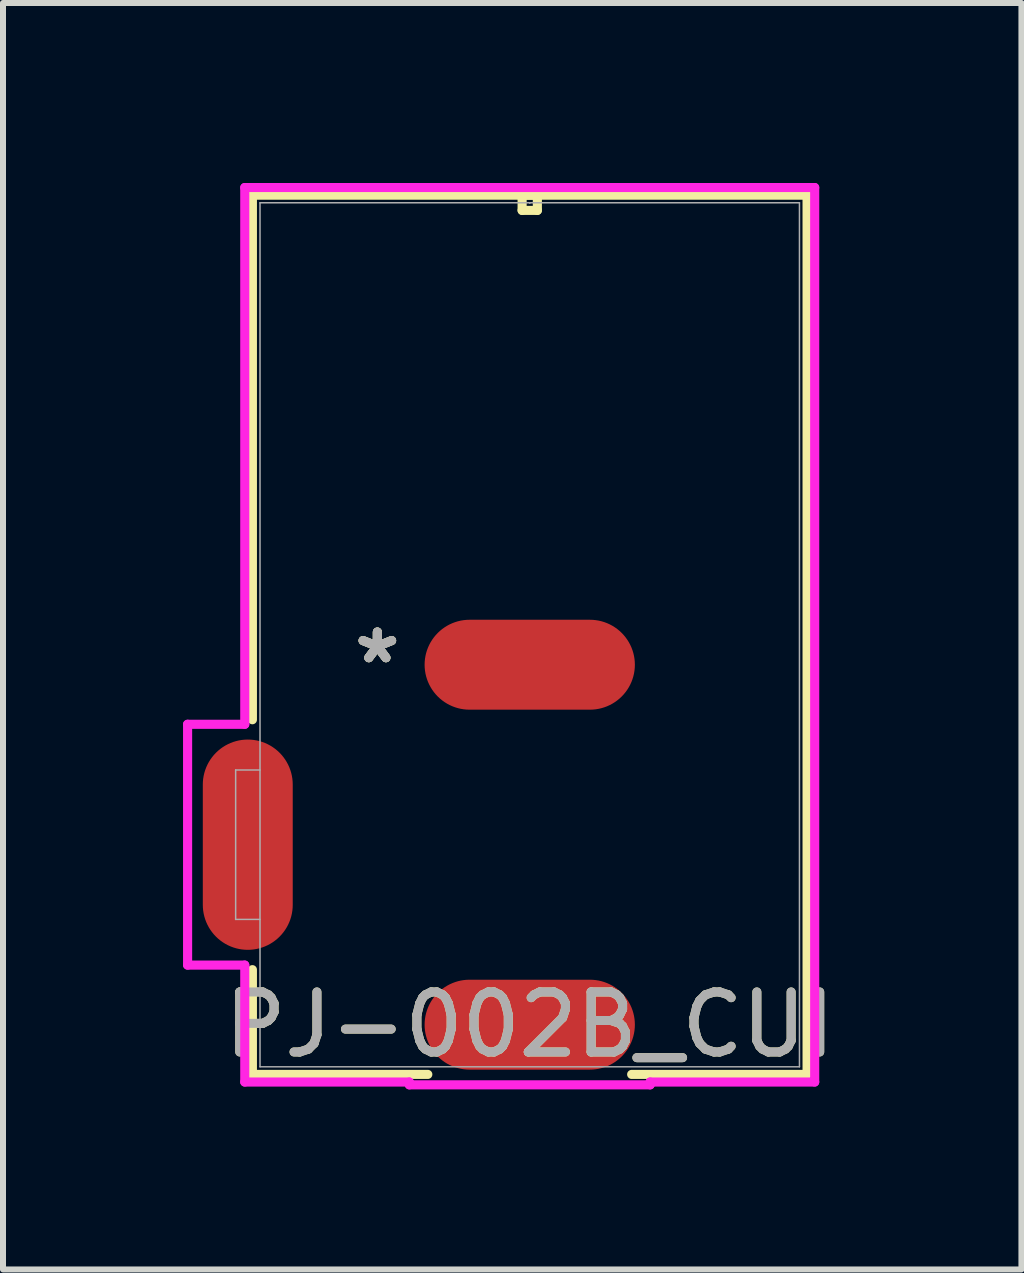
<source format=kicad_pcb>
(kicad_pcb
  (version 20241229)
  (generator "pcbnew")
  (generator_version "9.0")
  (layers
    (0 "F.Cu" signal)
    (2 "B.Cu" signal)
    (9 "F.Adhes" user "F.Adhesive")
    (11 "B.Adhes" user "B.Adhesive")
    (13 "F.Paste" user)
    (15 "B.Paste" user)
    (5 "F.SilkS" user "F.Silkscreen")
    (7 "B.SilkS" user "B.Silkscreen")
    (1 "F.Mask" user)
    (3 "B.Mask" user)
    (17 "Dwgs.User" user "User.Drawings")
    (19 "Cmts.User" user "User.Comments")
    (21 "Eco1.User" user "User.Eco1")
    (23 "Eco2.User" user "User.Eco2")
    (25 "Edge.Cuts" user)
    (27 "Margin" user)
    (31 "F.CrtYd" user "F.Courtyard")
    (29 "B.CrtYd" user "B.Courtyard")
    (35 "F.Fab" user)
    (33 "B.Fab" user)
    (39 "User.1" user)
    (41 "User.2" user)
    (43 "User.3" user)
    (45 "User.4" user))
  (footprint "PJ-002B_CUI"
    (layer "F.Cu")
    (at 5.78 14.03)
    (property "Reference" "PJ-002B_CUI" (at 0 0 0) (unlocked yes) (layer "F.SilkS") (effects (font (size 1 1) (thickness 0.15))))
    (attr smd)
    (fp_line (start -4.623 -13.827) (end -4.623 -5.083) (stroke (width 0.152) (type solid)) (layer "F.SilkS"))
    (fp_line (start -4.623 -0.917) (end -4.623 0.829) (stroke (width 0.152) (type solid)) (layer "F.SilkS"))
    (fp_line (start -4.623 0.829) (end -1.699 0.829) (stroke (width 0.152) (type solid)) (layer "F.SilkS"))
    (fp_line (start -0.127 -13.827) (end -0.127 -13.573) (stroke (width 0.152) (type solid)) (layer "F.SilkS"))
    (fp_line (start -0.127 -13.573) (end 0.127 -13.573) (stroke (width 0.152) (type solid)) (layer "F.SilkS"))
    (fp_line (start 0.127 -13.827) (end -0.127 -13.827) (stroke (width 0.152) (type solid)) (layer "F.SilkS"))
    (fp_line (start 0.127 -13.573) (end 0.127 -13.827) (stroke (width 0.152) (type solid)) (layer "F.SilkS"))
    (fp_line (start 1.699 0.829) (end 4.623 0.829) (stroke (width 0.152) (type solid)) (layer "F.SilkS"))
    (fp_line (start 4.623 -13.827) (end -4.623 -13.827) (stroke (width 0.152) (type solid)) (layer "F.SilkS"))
    (fp_line (start 4.623 0.829) (end 4.623 -13.827) (stroke (width 0.152) (type solid)) (layer "F.SilkS"))
    (fp_line (start -5.703 -5.007) (end -5.703 -0.993) (stroke (width 0.152) (type solid)) (layer "F.CrtYd"))
    (fp_line (start -5.703 -0.993) (end -4.75 -0.993) (stroke (width 0.152) (type solid)) (layer "F.CrtYd"))
    (fp_line (start -4.75 -0.993) (end -4.75 0.956) (stroke (width 0.152) (type solid)) (layer "F.CrtYd"))
    (fp_line (start -4.75 -13.954) (end -4.75 -5.007) (stroke (width 0.152) (type solid)) (layer "F.CrtYd"))
    (fp_line (start -4.75 -5.007) (end -5.703 -5.007) (stroke (width 0.152) (type solid)) (layer "F.CrtYd"))
    (fp_line (start -4.75 0.956) (end -2.007 0.956) (stroke (width 0.152) (type solid)) (layer "F.CrtYd"))
    (fp_line (start -2.007 0.956) (end -2.007 1.003) (stroke (width 0.152) (type solid)) (layer "F.CrtYd"))
    (fp_line (start -2.007 1.003) (end 2.007 1.003) (stroke (width 0.152) (type solid)) (layer "F.CrtYd"))
    (fp_line (start 2.007 0.956) (end 4.75 0.956) (stroke (width 0.152) (type solid)) (layer "F.CrtYd"))
    (fp_line (start 2.007 1.003) (end 2.007 0.956) (stroke (width 0.152) (type solid)) (layer "F.CrtYd"))
    (fp_line (start 4.75 -13.954) (end -4.75 -13.954) (stroke (width 0.152) (type solid)) (layer "F.CrtYd"))
    (fp_line (start 4.75 0.956) (end 4.75 -13.954) (stroke (width 0.152) (type solid)) (layer "F.CrtYd"))
    (fp_line (start -4.902 -4.245) (end -4.902 -1.755) (stroke (width 0.025) (type solid)) (layer "F.Fab"))
    (fp_line (start -4.902 -4.245) (end -4.496 -4.245) (stroke (width 0.025) (type solid)) (layer "F.Fab"))
    (fp_line (start -4.902 -1.755) (end -4.496 -1.755) (stroke (width 0.025) (type solid)) (layer "F.Fab"))
    (fp_line (start -4.496 -13.7) (end -4.496 0.702) (stroke (width 0.025) (type solid)) (layer "F.Fab"))
    (fp_line (start -4.496 0.702) (end 4.496 0.702) (stroke (width 0.025) (type solid)) (layer "F.Fab"))
    (fp_line (start 0 -13.7) (end 0 -13.7) (stroke (width 0.025) (type solid)) (layer "F.Fab"))
    (fp_line (start 0 -13.7) (end 0 -13.7) (stroke (width 0.025) (type solid)) (layer "F.Fab"))
    (fp_line (start 0 -13.7) (end 0 -13.7) (stroke (width 0.025) (type solid)) (layer "F.Fab"))
    (fp_line (start 0 -13.7) (end 0 -13.7) (stroke (width 0.025) (type solid)) (layer "F.Fab"))
    (fp_line (start 4.496 -13.7) (end -4.496 -13.7) (stroke (width 0.025) (type solid)) (layer "F.Fab"))
    (fp_line (start 4.496 0.702) (end 4.496 -13.7) (stroke (width 0.025) (type solid)) (layer "F.Fab"))
    (fp_text user "*" (at -2.54 -6 0) (layer "F.SilkS") (effects (font (size 1 1) (thickness 0.15))))
    (fp_text user "*" (at -2.54 -6 0) (unlocked yes) (layer "F.SilkS") (effects (font (size 1 1) (thickness 0.15))))
    (fp_text user "${REFERENCE}" (at 0 0 0) (unlocked yes) (layer "F.Fab") (effects (font (size 1 1) (thickness 0.15))))
    (fp_text user "*" (at -2.54 -6 0) (unlocked yes) (layer "F.Fab") (effects (font (size 1 1) (thickness 0.15))))
    (fp_text user "*" (at -2.54 -6 0) (layer "F.Fab") (effects (font (size 1 1) (thickness 0.15))))
    (pad "1" smd oval (at 0 0) (size 3.505 1.499) (layers "F.Cu" "F.Mask" "F.Paste"))
    (pad "2" smd oval (at 0 -6) (size 3.505 1.499) (layers "F.Cu" "F.Mask" "F.Paste"))
    (pad "3" smd oval (at -4.7 -3) (size 1.499 3.505) (layers "F.Cu" "F.Mask" "F.Paste")))
  (gr_rect
    (start -3 -3)
    (end 13.976 18.11)
    (stroke (width 0.1) (type default))
    (fill no)
    (layer "Edge.Cuts")))
</source>
